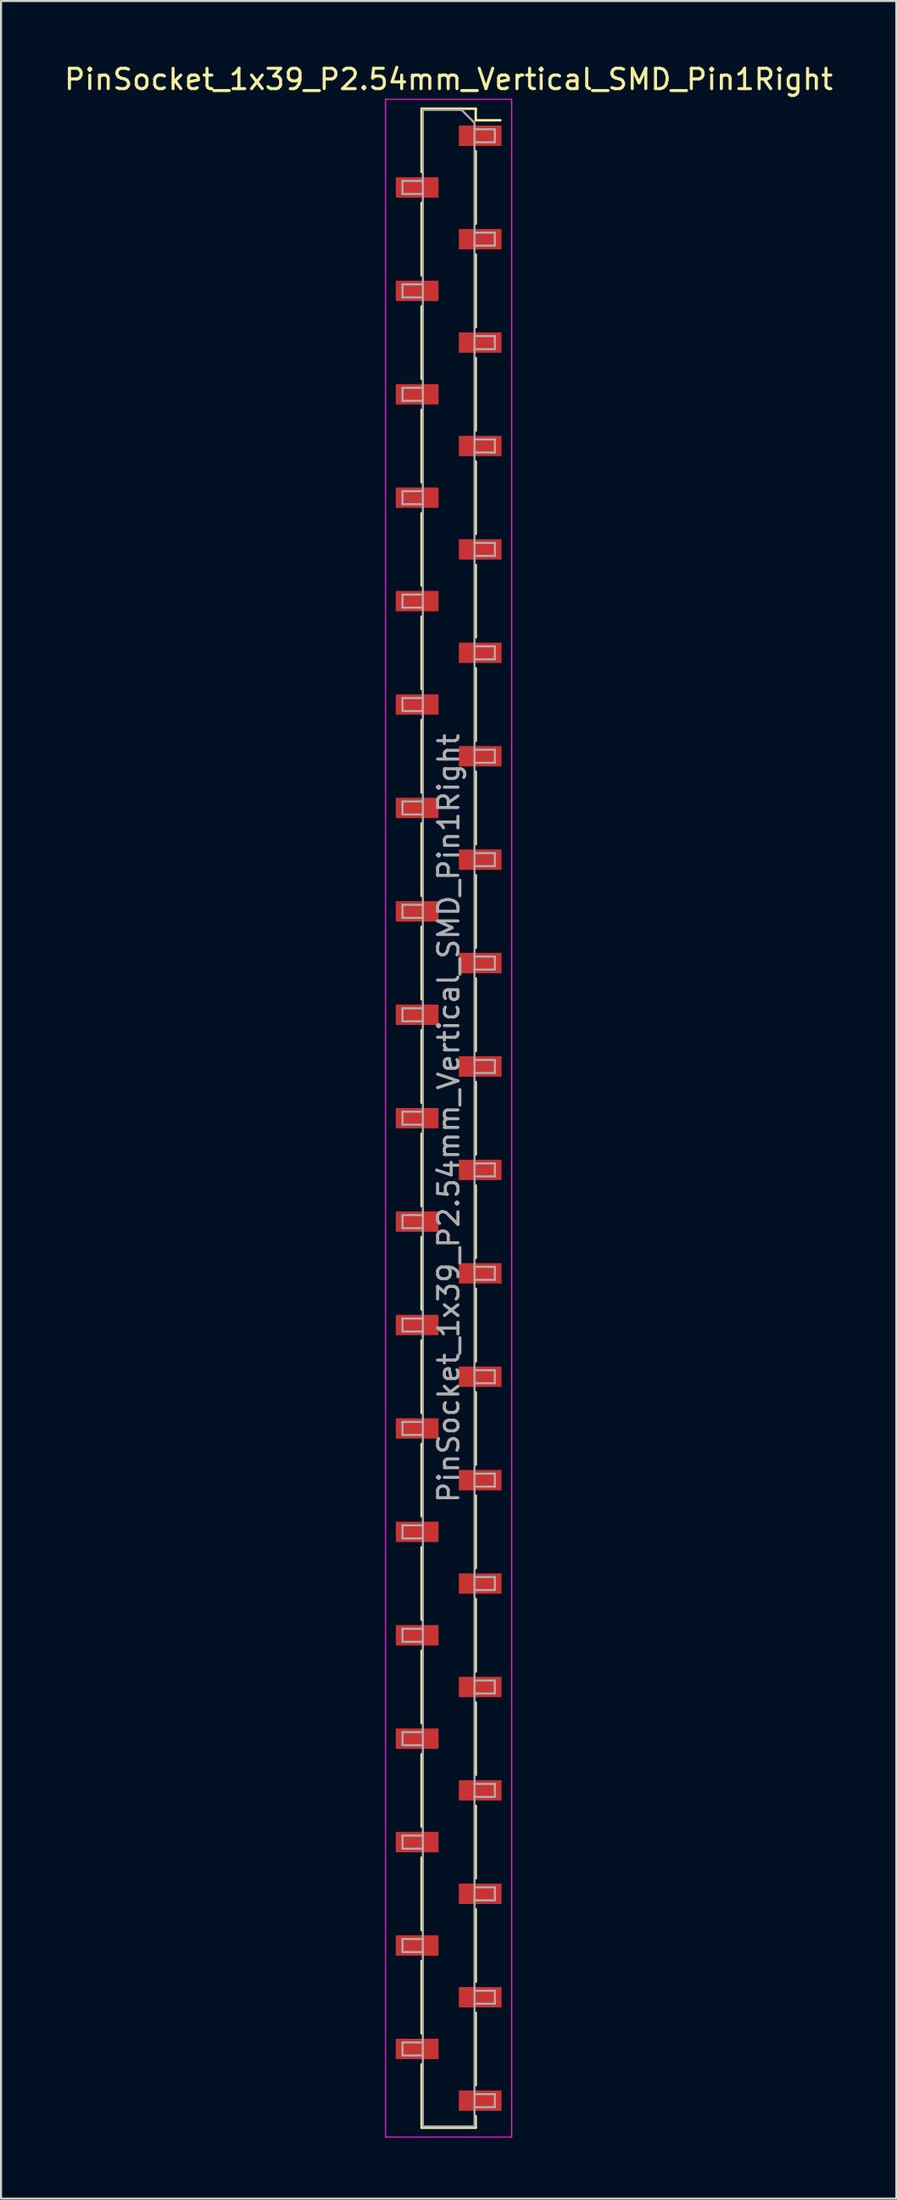
<source format=kicad_pcb>
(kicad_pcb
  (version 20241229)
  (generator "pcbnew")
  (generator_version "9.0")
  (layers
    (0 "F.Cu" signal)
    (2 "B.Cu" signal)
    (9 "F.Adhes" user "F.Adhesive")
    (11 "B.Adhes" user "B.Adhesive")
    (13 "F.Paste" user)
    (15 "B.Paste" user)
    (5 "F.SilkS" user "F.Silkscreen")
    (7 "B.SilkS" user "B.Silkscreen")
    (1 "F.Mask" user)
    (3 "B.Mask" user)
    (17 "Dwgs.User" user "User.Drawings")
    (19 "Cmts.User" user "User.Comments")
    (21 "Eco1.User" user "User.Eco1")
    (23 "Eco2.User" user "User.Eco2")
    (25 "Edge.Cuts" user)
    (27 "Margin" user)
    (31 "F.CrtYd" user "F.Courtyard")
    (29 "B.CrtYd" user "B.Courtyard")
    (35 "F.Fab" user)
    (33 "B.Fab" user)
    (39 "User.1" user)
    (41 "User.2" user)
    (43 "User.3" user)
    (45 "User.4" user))
  (footprint "PinSocket_1x39_P2.54mm_Vertical_SMD_Pin1Right"
    (layer "F.Cu")
    (at 19.006 51.878)
    (property "Reference" "PinSocket_1x39_P2.54mm_Vertical_SMD_Pin1Right" (at 0 -51.03 0) (layer "F.SilkS") (effects (font (size 1 1) (thickness 0.15))))
    (attr smd)
    (fp_line (start -1.33 -49.59) (end -1.33 -46.48) (stroke (width 0.12) (type solid)) (layer "F.SilkS"))
    (fp_line (start -1.33 -49.59) (end 1.33 -49.59) (stroke (width 0.12) (type solid)) (layer "F.SilkS"))
    (fp_line (start -1.33 -44.96) (end -1.33 -41.4) (stroke (width 0.12) (type solid)) (layer "F.SilkS"))
    (fp_line (start -1.33 -39.88) (end -1.33 -36.32) (stroke (width 0.12) (type solid)) (layer "F.SilkS"))
    (fp_line (start -1.33 -34.8) (end -1.33 -31.24) (stroke (width 0.12) (type solid)) (layer "F.SilkS"))
    (fp_line (start -1.33 -29.72) (end -1.33 -26.16) (stroke (width 0.12) (type solid)) (layer "F.SilkS"))
    (fp_line (start -1.33 -24.64) (end -1.33 -21.08) (stroke (width 0.12) (type solid)) (layer "F.SilkS"))
    (fp_line (start -1.33 -19.56) (end -1.33 -16) (stroke (width 0.12) (type solid)) (layer "F.SilkS"))
    (fp_line (start -1.33 -14.48) (end -1.33 -10.92) (stroke (width 0.12) (type solid)) (layer "F.SilkS"))
    (fp_line (start -1.33 -9.4) (end -1.33 -5.84) (stroke (width 0.12) (type solid)) (layer "F.SilkS"))
    (fp_line (start -1.33 -4.32) (end -1.33 -0.76) (stroke (width 0.12) (type solid)) (layer "F.SilkS"))
    (fp_line (start -1.33 0.76) (end -1.33 4.32) (stroke (width 0.12) (type solid)) (layer "F.SilkS"))
    (fp_line (start -1.33 5.84) (end -1.33 9.4) (stroke (width 0.12) (type solid)) (layer "F.SilkS"))
    (fp_line (start -1.33 10.92) (end -1.33 14.48) (stroke (width 0.12) (type solid)) (layer "F.SilkS"))
    (fp_line (start -1.33 16) (end -1.33 19.56) (stroke (width 0.12) (type solid)) (layer "F.SilkS"))
    (fp_line (start -1.33 21.08) (end -1.33 24.64) (stroke (width 0.12) (type solid)) (layer "F.SilkS"))
    (fp_line (start -1.33 26.16) (end -1.33 29.72) (stroke (width 0.12) (type solid)) (layer "F.SilkS"))
    (fp_line (start -1.33 31.24) (end -1.33 34.8) (stroke (width 0.12) (type solid)) (layer "F.SilkS"))
    (fp_line (start -1.33 36.32) (end -1.33 39.88) (stroke (width 0.12) (type solid)) (layer "F.SilkS"))
    (fp_line (start -1.33 41.4) (end -1.33 44.96) (stroke (width 0.12) (type solid)) (layer "F.SilkS"))
    (fp_line (start -1.33 46.48) (end -1.33 49.59) (stroke (width 0.12) (type solid)) (layer "F.SilkS"))
    (fp_line (start -1.33 49.59) (end 1.33 49.59) (stroke (width 0.12) (type solid)) (layer "F.SilkS"))
    (fp_line (start 1.33 -49.59) (end 1.33 -49.02) (stroke (width 0.12) (type solid)) (layer "F.SilkS"))
    (fp_line (start 1.33 -49.02) (end 2.54 -49.02) (stroke (width 0.12) (type solid)) (layer "F.SilkS"))
    (fp_line (start 1.33 -47.5) (end 1.33 -43.94) (stroke (width 0.12) (type solid)) (layer "F.SilkS"))
    (fp_line (start 1.33 -42.42) (end 1.33 -38.86) (stroke (width 0.12) (type solid)) (layer "F.SilkS"))
    (fp_line (start 1.33 -37.34) (end 1.33 -33.78) (stroke (width 0.12) (type solid)) (layer "F.SilkS"))
    (fp_line (start 1.33 -32.26) (end 1.33 -28.7) (stroke (width 0.12) (type solid)) (layer "F.SilkS"))
    (fp_line (start 1.33 -27.18) (end 1.33 -23.62) (stroke (width 0.12) (type solid)) (layer "F.SilkS"))
    (fp_line (start 1.33 -22.1) (end 1.33 -18.54) (stroke (width 0.12) (type solid)) (layer "F.SilkS"))
    (fp_line (start 1.33 -17.02) (end 1.33 -13.46) (stroke (width 0.12) (type solid)) (layer "F.SilkS"))
    (fp_line (start 1.33 -11.94) (end 1.33 -8.38) (stroke (width 0.12) (type solid)) (layer "F.SilkS"))
    (fp_line (start 1.33 -6.86) (end 1.33 -3.3) (stroke (width 0.12) (type solid)) (layer "F.SilkS"))
    (fp_line (start 1.33 -1.78) (end 1.33 1.78) (stroke (width 0.12) (type solid)) (layer "F.SilkS"))
    (fp_line (start 1.33 3.3) (end 1.33 6.86) (stroke (width 0.12) (type solid)) (layer "F.SilkS"))
    (fp_line (start 1.33 8.38) (end 1.33 11.94) (stroke (width 0.12) (type solid)) (layer "F.SilkS"))
    (fp_line (start 1.33 13.46) (end 1.33 17.02) (stroke (width 0.12) (type solid)) (layer "F.SilkS"))
    (fp_line (start 1.33 18.54) (end 1.33 22.1) (stroke (width 0.12) (type solid)) (layer "F.SilkS"))
    (fp_line (start 1.33 23.62) (end 1.33 27.18) (stroke (width 0.12) (type solid)) (layer "F.SilkS"))
    (fp_line (start 1.33 28.7) (end 1.33 32.26) (stroke (width 0.12) (type solid)) (layer "F.SilkS"))
    (fp_line (start 1.33 33.78) (end 1.33 37.34) (stroke (width 0.12) (type solid)) (layer "F.SilkS"))
    (fp_line (start 1.33 38.86) (end 1.33 42.42) (stroke (width 0.12) (type solid)) (layer "F.SilkS"))
    (fp_line (start 1.33 43.94) (end 1.33 47.5) (stroke (width 0.12) (type solid)) (layer "F.SilkS"))
    (fp_line (start 1.33 49.02) (end 1.33 49.59) (stroke (width 0.12) (type solid)) (layer "F.SilkS"))
    (fp_line (start -3.1 -50.05) (end 3.1 -50.05) (stroke (width 0.05) (type solid)) (layer "F.CrtYd"))
    (fp_line (start -3.1 50.05) (end -3.1 -50.05) (stroke (width 0.05) (type solid)) (layer "F.CrtYd"))
    (fp_line (start 3.1 -50.05) (end 3.1 50.05) (stroke (width 0.05) (type solid)) (layer "F.CrtYd"))
    (fp_line (start 3.1 50.05) (end -3.1 50.05) (stroke (width 0.05) (type solid)) (layer "F.CrtYd"))
    (fp_line (start -2.27 -46.04) (end -1.27 -46.04) (stroke (width 0.1) (type solid)) (layer "F.Fab"))
    (fp_line (start -2.27 -45.4) (end -2.27 -46.04) (stroke (width 0.1) (type solid)) (layer "F.Fab"))
    (fp_line (start -2.27 -40.96) (end -1.27 -40.96) (stroke (width 0.1) (type solid)) (layer "F.Fab"))
    (fp_line (start -2.27 -40.32) (end -2.27 -40.96) (stroke (width 0.1) (type solid)) (layer "F.Fab"))
    (fp_line (start -2.27 -35.88) (end -1.27 -35.88) (stroke (width 0.1) (type solid)) (layer "F.Fab"))
    (fp_line (start -2.27 -35.24) (end -2.27 -35.88) (stroke (width 0.1) (type solid)) (layer "F.Fab"))
    (fp_line (start -2.27 -30.8) (end -1.27 -30.8) (stroke (width 0.1) (type solid)) (layer "F.Fab"))
    (fp_line (start -2.27 -30.16) (end -2.27 -30.8) (stroke (width 0.1) (type solid)) (layer "F.Fab"))
    (fp_line (start -2.27 -25.72) (end -1.27 -25.72) (stroke (width 0.1) (type solid)) (layer "F.Fab"))
    (fp_line (start -2.27 -25.08) (end -2.27 -25.72) (stroke (width 0.1) (type solid)) (layer "F.Fab"))
    (fp_line (start -2.27 -20.64) (end -1.27 -20.64) (stroke (width 0.1) (type solid)) (layer "F.Fab"))
    (fp_line (start -2.27 -20) (end -2.27 -20.64) (stroke (width 0.1) (type solid)) (layer "F.Fab"))
    (fp_line (start -2.27 -15.56) (end -1.27 -15.56) (stroke (width 0.1) (type solid)) (layer "F.Fab"))
    (fp_line (start -2.27 -14.92) (end -2.27 -15.56) (stroke (width 0.1) (type solid)) (layer "F.Fab"))
    (fp_line (start -2.27 -10.48) (end -1.27 -10.48) (stroke (width 0.1) (type solid)) (layer "F.Fab"))
    (fp_line (start -2.27 -9.84) (end -2.27 -10.48) (stroke (width 0.1) (type solid)) (layer "F.Fab"))
    (fp_line (start -2.27 -5.4) (end -1.27 -5.4) (stroke (width 0.1) (type solid)) (layer "F.Fab"))
    (fp_line (start -2.27 -4.76) (end -2.27 -5.4) (stroke (width 0.1) (type solid)) (layer "F.Fab"))
    (fp_line (start -2.27 -0.32) (end -1.27 -0.32) (stroke (width 0.1) (type solid)) (layer "F.Fab"))
    (fp_line (start -2.27 0.32) (end -2.27 -0.32) (stroke (width 0.1) (type solid)) (layer "F.Fab"))
    (fp_line (start -2.27 4.76) (end -1.27 4.76) (stroke (width 0.1) (type solid)) (layer "F.Fab"))
    (fp_line (start -2.27 5.4) (end -2.27 4.76) (stroke (width 0.1) (type solid)) (layer "F.Fab"))
    (fp_line (start -2.27 9.84) (end -1.27 9.84) (stroke (width 0.1) (type solid)) (layer "F.Fab"))
    (fp_line (start -2.27 10.48) (end -2.27 9.84) (stroke (width 0.1) (type solid)) (layer "F.Fab"))
    (fp_line (start -2.27 14.92) (end -1.27 14.92) (stroke (width 0.1) (type solid)) (layer "F.Fab"))
    (fp_line (start -2.27 15.56) (end -2.27 14.92) (stroke (width 0.1) (type solid)) (layer "F.Fab"))
    (fp_line (start -2.27 20) (end -1.27 20) (stroke (width 0.1) (type solid)) (layer "F.Fab"))
    (fp_line (start -2.27 20.64) (end -2.27 20) (stroke (width 0.1) (type solid)) (layer "F.Fab"))
    (fp_line (start -2.27 25.08) (end -1.27 25.08) (stroke (width 0.1) (type solid)) (layer "F.Fab"))
    (fp_line (start -2.27 25.72) (end -2.27 25.08) (stroke (width 0.1) (type solid)) (layer "F.Fab"))
    (fp_line (start -2.27 30.16) (end -1.27 30.16) (stroke (width 0.1) (type solid)) (layer "F.Fab"))
    (fp_line (start -2.27 30.8) (end -2.27 30.16) (stroke (width 0.1) (type solid)) (layer "F.Fab"))
    (fp_line (start -2.27 35.24) (end -1.27 35.24) (stroke (width 0.1) (type solid)) (layer "F.Fab"))
    (fp_line (start -2.27 35.88) (end -2.27 35.24) (stroke (width 0.1) (type solid)) (layer "F.Fab"))
    (fp_line (start -2.27 40.32) (end -1.27 40.32) (stroke (width 0.1) (type solid)) (layer "F.Fab"))
    (fp_line (start -2.27 40.96) (end -2.27 40.32) (stroke (width 0.1) (type solid)) (layer "F.Fab"))
    (fp_line (start -2.27 45.4) (end -1.27 45.4) (stroke (width 0.1) (type solid)) (layer "F.Fab"))
    (fp_line (start -2.27 46.04) (end -2.27 45.4) (stroke (width 0.1) (type solid)) (layer "F.Fab"))
    (fp_line (start -1.27 -49.53) (end 0.635 -49.53) (stroke (width 0.1) (type solid)) (layer "F.Fab"))
    (fp_line (start -1.27 -45.4) (end -2.27 -45.4) (stroke (width 0.1) (type solid)) (layer "F.Fab"))
    (fp_line (start -1.27 -40.32) (end -2.27 -40.32) (stroke (width 0.1) (type solid)) (layer "F.Fab"))
    (fp_line (start -1.27 -35.24) (end -2.27 -35.24) (stroke (width 0.1) (type solid)) (layer "F.Fab"))
    (fp_line (start -1.27 -30.16) (end -2.27 -30.16) (stroke (width 0.1) (type solid)) (layer "F.Fab"))
    (fp_line (start -1.27 -25.08) (end -2.27 -25.08) (stroke (width 0.1) (type solid)) (layer "F.Fab"))
    (fp_line (start -1.27 -20) (end -2.27 -20) (stroke (width 0.1) (type solid)) (layer "F.Fab"))
    (fp_line (start -1.27 -14.92) (end -2.27 -14.92) (stroke (width 0.1) (type solid)) (layer "F.Fab"))
    (fp_line (start -1.27 -9.84) (end -2.27 -9.84) (stroke (width 0.1) (type solid)) (layer "F.Fab"))
    (fp_line (start -1.27 -4.76) (end -2.27 -4.76) (stroke (width 0.1) (type solid)) (layer "F.Fab"))
    (fp_line (start -1.27 0.32) (end -2.27 0.32) (stroke (width 0.1) (type solid)) (layer "F.Fab"))
    (fp_line (start -1.27 5.4) (end -2.27 5.4) (stroke (width 0.1) (type solid)) (layer "F.Fab"))
    (fp_line (start -1.27 10.48) (end -2.27 10.48) (stroke (width 0.1) (type solid)) (layer "F.Fab"))
    (fp_line (start -1.27 15.56) (end -2.27 15.56) (stroke (width 0.1) (type solid)) (layer "F.Fab"))
    (fp_line (start -1.27 20.64) (end -2.27 20.64) (stroke (width 0.1) (type solid)) (layer "F.Fab"))
    (fp_line (start -1.27 25.72) (end -2.27 25.72) (stroke (width 0.1) (type solid)) (layer "F.Fab"))
    (fp_line (start -1.27 30.8) (end -2.27 30.8) (stroke (width 0.1) (type solid)) (layer "F.Fab"))
    (fp_line (start -1.27 35.88) (end -2.27 35.88) (stroke (width 0.1) (type solid)) (layer "F.Fab"))
    (fp_line (start -1.27 40.96) (end -2.27 40.96) (stroke (width 0.1) (type solid)) (layer "F.Fab"))
    (fp_line (start -1.27 46.04) (end -2.27 46.04) (stroke (width 0.1) (type solid)) (layer "F.Fab"))
    (fp_line (start -1.27 49.53) (end -1.27 -49.53) (stroke (width 0.1) (type solid)) (layer "F.Fab"))
    (fp_line (start 0.635 -49.53) (end 1.27 -48.895) (stroke (width 0.1) (type solid)) (layer "F.Fab"))
    (fp_line (start 1.27 -48.895) (end 1.27 49.53) (stroke (width 0.1) (type solid)) (layer "F.Fab"))
    (fp_line (start 1.27 -48.58) (end 2.27 -48.58) (stroke (width 0.1) (type solid)) (layer "F.Fab"))
    (fp_line (start 1.27 -43.5) (end 2.27 -43.5) (stroke (width 0.1) (type solid)) (layer "F.Fab"))
    (fp_line (start 1.27 -38.42) (end 2.27 -38.42) (stroke (width 0.1) (type solid)) (layer "F.Fab"))
    (fp_line (start 1.27 -33.34) (end 2.27 -33.34) (stroke (width 0.1) (type solid)) (layer "F.Fab"))
    (fp_line (start 1.27 -28.26) (end 2.27 -28.26) (stroke (width 0.1) (type solid)) (layer "F.Fab"))
    (fp_line (start 1.27 -23.18) (end 2.27 -23.18) (stroke (width 0.1) (type solid)) (layer "F.Fab"))
    (fp_line (start 1.27 -18.1) (end 2.27 -18.1) (stroke (width 0.1) (type solid)) (layer "F.Fab"))
    (fp_line (start 1.27 -13.02) (end 2.27 -13.02) (stroke (width 0.1) (type solid)) (layer "F.Fab"))
    (fp_line (start 1.27 -7.94) (end 2.27 -7.94) (stroke (width 0.1) (type solid)) (layer "F.Fab"))
    (fp_line (start 1.27 -2.86) (end 2.27 -2.86) (stroke (width 0.1) (type solid)) (layer "F.Fab"))
    (fp_line (start 1.27 2.22) (end 2.27 2.22) (stroke (width 0.1) (type solid)) (layer "F.Fab"))
    (fp_line (start 1.27 7.3) (end 2.27 7.3) (stroke (width 0.1) (type solid)) (layer "F.Fab"))
    (fp_line (start 1.27 12.38) (end 2.27 12.38) (stroke (width 0.1) (type solid)) (layer "F.Fab"))
    (fp_line (start 1.27 17.46) (end 2.27 17.46) (stroke (width 0.1) (type solid)) (layer "F.Fab"))
    (fp_line (start 1.27 22.54) (end 2.27 22.54) (stroke (width 0.1) (type solid)) (layer "F.Fab"))
    (fp_line (start 1.27 27.62) (end 2.27 27.62) (stroke (width 0.1) (type solid)) (layer "F.Fab"))
    (fp_line (start 1.27 32.7) (end 2.27 32.7) (stroke (width 0.1) (type solid)) (layer "F.Fab"))
    (fp_line (start 1.27 37.78) (end 2.27 37.78) (stroke (width 0.1) (type solid)) (layer "F.Fab"))
    (fp_line (start 1.27 42.86) (end 2.27 42.86) (stroke (width 0.1) (type solid)) (layer "F.Fab"))
    (fp_line (start 1.27 47.94) (end 2.27 47.94) (stroke (width 0.1) (type solid)) (layer "F.Fab"))
    (fp_line (start 1.27 49.53) (end -1.27 49.53) (stroke (width 0.1) (type solid)) (layer "F.Fab"))
    (fp_line (start 2.27 -48.58) (end 2.27 -47.94) (stroke (width 0.1) (type solid)) (layer "F.Fab"))
    (fp_line (start 2.27 -47.94) (end 1.27 -47.94) (stroke (width 0.1) (type solid)) (layer "F.Fab"))
    (fp_line (start 2.27 -43.5) (end 2.27 -42.86) (stroke (width 0.1) (type solid)) (layer "F.Fab"))
    (fp_line (start 2.27 -42.86) (end 1.27 -42.86) (stroke (width 0.1) (type solid)) (layer "F.Fab"))
    (fp_line (start 2.27 -38.42) (end 2.27 -37.78) (stroke (width 0.1) (type solid)) (layer "F.Fab"))
    (fp_line (start 2.27 -37.78) (end 1.27 -37.78) (stroke (width 0.1) (type solid)) (layer "F.Fab"))
    (fp_line (start 2.27 -33.34) (end 2.27 -32.7) (stroke (width 0.1) (type solid)) (layer "F.Fab"))
    (fp_line (start 2.27 -32.7) (end 1.27 -32.7) (stroke (width 0.1) (type solid)) (layer "F.Fab"))
    (fp_line (start 2.27 -28.26) (end 2.27 -27.62) (stroke (width 0.1) (type solid)) (layer "F.Fab"))
    (fp_line (start 2.27 -27.62) (end 1.27 -27.62) (stroke (width 0.1) (type solid)) (layer "F.Fab"))
    (fp_line (start 2.27 -23.18) (end 2.27 -22.54) (stroke (width 0.1) (type solid)) (layer "F.Fab"))
    (fp_line (start 2.27 -22.54) (end 1.27 -22.54) (stroke (width 0.1) (type solid)) (layer "F.Fab"))
    (fp_line (start 2.27 -18.1) (end 2.27 -17.46) (stroke (width 0.1) (type solid)) (layer "F.Fab"))
    (fp_line (start 2.27 -17.46) (end 1.27 -17.46) (stroke (width 0.1) (type solid)) (layer "F.Fab"))
    (fp_line (start 2.27 -13.02) (end 2.27 -12.38) (stroke (width 0.1) (type solid)) (layer "F.Fab"))
    (fp_line (start 2.27 -12.38) (end 1.27 -12.38) (stroke (width 0.1) (type solid)) (layer "F.Fab"))
    (fp_line (start 2.27 -7.94) (end 2.27 -7.3) (stroke (width 0.1) (type solid)) (layer "F.Fab"))
    (fp_line (start 2.27 -7.3) (end 1.27 -7.3) (stroke (width 0.1) (type solid)) (layer "F.Fab"))
    (fp_line (start 2.27 -2.86) (end 2.27 -2.22) (stroke (width 0.1) (type solid)) (layer "F.Fab"))
    (fp_line (start 2.27 -2.22) (end 1.27 -2.22) (stroke (width 0.1) (type solid)) (layer "F.Fab"))
    (fp_line (start 2.27 2.22) (end 2.27 2.86) (stroke (width 0.1) (type solid)) (layer "F.Fab"))
    (fp_line (start 2.27 2.86) (end 1.27 2.86) (stroke (width 0.1) (type solid)) (layer "F.Fab"))
    (fp_line (start 2.27 7.3) (end 2.27 7.94) (stroke (width 0.1) (type solid)) (layer "F.Fab"))
    (fp_line (start 2.27 7.94) (end 1.27 7.94) (stroke (width 0.1) (type solid)) (layer "F.Fab"))
    (fp_line (start 2.27 12.38) (end 2.27 13.02) (stroke (width 0.1) (type solid)) (layer "F.Fab"))
    (fp_line (start 2.27 13.02) (end 1.27 13.02) (stroke (width 0.1) (type solid)) (layer "F.Fab"))
    (fp_line (start 2.27 17.46) (end 2.27 18.1) (stroke (width 0.1) (type solid)) (layer "F.Fab"))
    (fp_line (start 2.27 18.1) (end 1.27 18.1) (stroke (width 0.1) (type solid)) (layer "F.Fab"))
    (fp_line (start 2.27 22.54) (end 2.27 23.18) (stroke (width 0.1) (type solid)) (layer "F.Fab"))
    (fp_line (start 2.27 23.18) (end 1.27 23.18) (stroke (width 0.1) (type solid)) (layer "F.Fab"))
    (fp_line (start 2.27 27.62) (end 2.27 28.26) (stroke (width 0.1) (type solid)) (layer "F.Fab"))
    (fp_line (start 2.27 28.26) (end 1.27 28.26) (stroke (width 0.1) (type solid)) (layer "F.Fab"))
    (fp_line (start 2.27 32.7) (end 2.27 33.34) (stroke (width 0.1) (type solid)) (layer "F.Fab"))
    (fp_line (start 2.27 33.34) (end 1.27 33.34) (stroke (width 0.1) (type solid)) (layer "F.Fab"))
    (fp_line (start 2.27 37.78) (end 2.27 38.42) (stroke (width 0.1) (type solid)) (layer "F.Fab"))
    (fp_line (start 2.27 38.42) (end 1.27 38.42) (stroke (width 0.1) (type solid)) (layer "F.Fab"))
    (fp_line (start 2.27 42.86) (end 2.27 43.5) (stroke (width 0.1) (type solid)) (layer "F.Fab"))
    (fp_line (start 2.27 43.5) (end 1.27 43.5) (stroke (width 0.1) (type solid)) (layer "F.Fab"))
    (fp_line (start 2.27 47.94) (end 2.27 48.58) (stroke (width 0.1) (type solid)) (layer "F.Fab"))
    (fp_line (start 2.27 48.58) (end 1.27 48.58) (stroke (width 0.1) (type solid)) (layer "F.Fab"))
    (fp_text user "${REFERENCE}" (at 0 0 90) (layer "F.Fab") (effects (font (size 1 1) (thickness 0.15))))
    (pad "1" smd rect (at 1.55 -48.26) (size 2.1 1) (layers "F.Cu" "F.Mask" "F.Paste"))
    (pad "2" smd rect (at -1.55 -45.72) (size 2.1 1) (layers "F.Cu" "F.Mask" "F.Paste"))
    (pad "3" smd rect (at 1.55 -43.18) (size 2.1 1) (layers "F.Cu" "F.Mask" "F.Paste"))
    (pad "4" smd rect (at -1.55 -40.64) (size 2.1 1) (layers "F.Cu" "F.Mask" "F.Paste"))
    (pad "5" smd rect (at 1.55 -38.1) (size 2.1 1) (layers "F.Cu" "F.Mask" "F.Paste"))
    (pad "6" smd rect (at -1.55 -35.56) (size 2.1 1) (layers "F.Cu" "F.Mask" "F.Paste"))
    (pad "7" smd rect (at 1.55 -33.02) (size 2.1 1) (layers "F.Cu" "F.Mask" "F.Paste"))
    (pad "8" smd rect (at -1.55 -30.48) (size 2.1 1) (layers "F.Cu" "F.Mask" "F.Paste"))
    (pad "9" smd rect (at 1.55 -27.94) (size 2.1 1) (layers "F.Cu" "F.Mask" "F.Paste"))
    (pad "10" smd rect (at -1.55 -25.4) (size 2.1 1) (layers "F.Cu" "F.Mask" "F.Paste"))
    (pad "11" smd rect (at 1.55 -22.86) (size 2.1 1) (layers "F.Cu" "F.Mask" "F.Paste"))
    (pad "12" smd rect (at -1.55 -20.32) (size 2.1 1) (layers "F.Cu" "F.Mask" "F.Paste"))
    (pad "13" smd rect (at 1.55 -17.78) (size 2.1 1) (layers "F.Cu" "F.Mask" "F.Paste"))
    (pad "14" smd rect (at -1.55 -15.24) (size 2.1 1) (layers "F.Cu" "F.Mask" "F.Paste"))
    (pad "15" smd rect (at 1.55 -12.7) (size 2.1 1) (layers "F.Cu" "F.Mask" "F.Paste"))
    (pad "16" smd rect (at -1.55 -10.16) (size 2.1 1) (layers "F.Cu" "F.Mask" "F.Paste"))
    (pad "17" smd rect (at 1.55 -7.62) (size 2.1 1) (layers "F.Cu" "F.Mask" "F.Paste"))
    (pad "18" smd rect (at -1.55 -5.08) (size 2.1 1) (layers "F.Cu" "F.Mask" "F.Paste"))
    (pad "19" smd rect (at 1.55 -2.54) (size 2.1 1) (layers "F.Cu" "F.Mask" "F.Paste"))
    (pad "20" smd rect (at -1.55 0) (size 2.1 1) (layers "F.Cu" "F.Mask" "F.Paste"))
    (pad "21" smd rect (at 1.55 2.54) (size 2.1 1) (layers "F.Cu" "F.Mask" "F.Paste"))
    (pad "22" smd rect (at -1.55 5.08) (size 2.1 1) (layers "F.Cu" "F.Mask" "F.Paste"))
    (pad "23" smd rect (at 1.55 7.62) (size 2.1 1) (layers "F.Cu" "F.Mask" "F.Paste"))
    (pad "24" smd rect (at -1.55 10.16) (size 2.1 1) (layers "F.Cu" "F.Mask" "F.Paste"))
    (pad "25" smd rect (at 1.55 12.7) (size 2.1 1) (layers "F.Cu" "F.Mask" "F.Paste"))
    (pad "26" smd rect (at -1.55 15.24) (size 2.1 1) (layers "F.Cu" "F.Mask" "F.Paste"))
    (pad "27" smd rect (at 1.55 17.78) (size 2.1 1) (layers "F.Cu" "F.Mask" "F.Paste"))
    (pad "28" smd rect (at -1.55 20.32) (size 2.1 1) (layers "F.Cu" "F.Mask" "F.Paste"))
    (pad "29" smd rect (at 1.55 22.86) (size 2.1 1) (layers "F.Cu" "F.Mask" "F.Paste"))
    (pad "30" smd rect (at -1.55 25.4) (size 2.1 1) (layers "F.Cu" "F.Mask" "F.Paste"))
    (pad "31" smd rect (at 1.55 27.94) (size 2.1 1) (layers "F.Cu" "F.Mask" "F.Paste"))
    (pad "32" smd rect (at -1.55 30.48) (size 2.1 1) (layers "F.Cu" "F.Mask" "F.Paste"))
    (pad "33" smd rect (at 1.55 33.02) (size 2.1 1) (layers "F.Cu" "F.Mask" "F.Paste"))
    (pad "34" smd rect (at -1.55 35.56) (size 2.1 1) (layers "F.Cu" "F.Mask" "F.Paste"))
    (pad "35" smd rect (at 1.55 38.1) (size 2.1 1) (layers "F.Cu" "F.Mask" "F.Paste"))
    (pad "36" smd rect (at -1.55 40.64) (size 2.1 1) (layers "F.Cu" "F.Mask" "F.Paste"))
    (pad "37" smd rect (at 1.55 43.18) (size 2.1 1) (layers "F.Cu" "F.Mask" "F.Paste"))
    (pad "38" smd rect (at -1.55 45.72) (size 2.1 1) (layers "F.Cu" "F.Mask" "F.Paste"))
    (pad "39" smd rect (at 1.55 48.26) (size 2.1 1) (layers "F.Cu" "F.Mask" "F.Paste")))
  (gr_rect
    (start -3 -3)
    (end 41.012 104.953)
    (stroke (width 0.1) (type default))
    (fill no)
    (layer "Edge.Cuts")))
</source>
